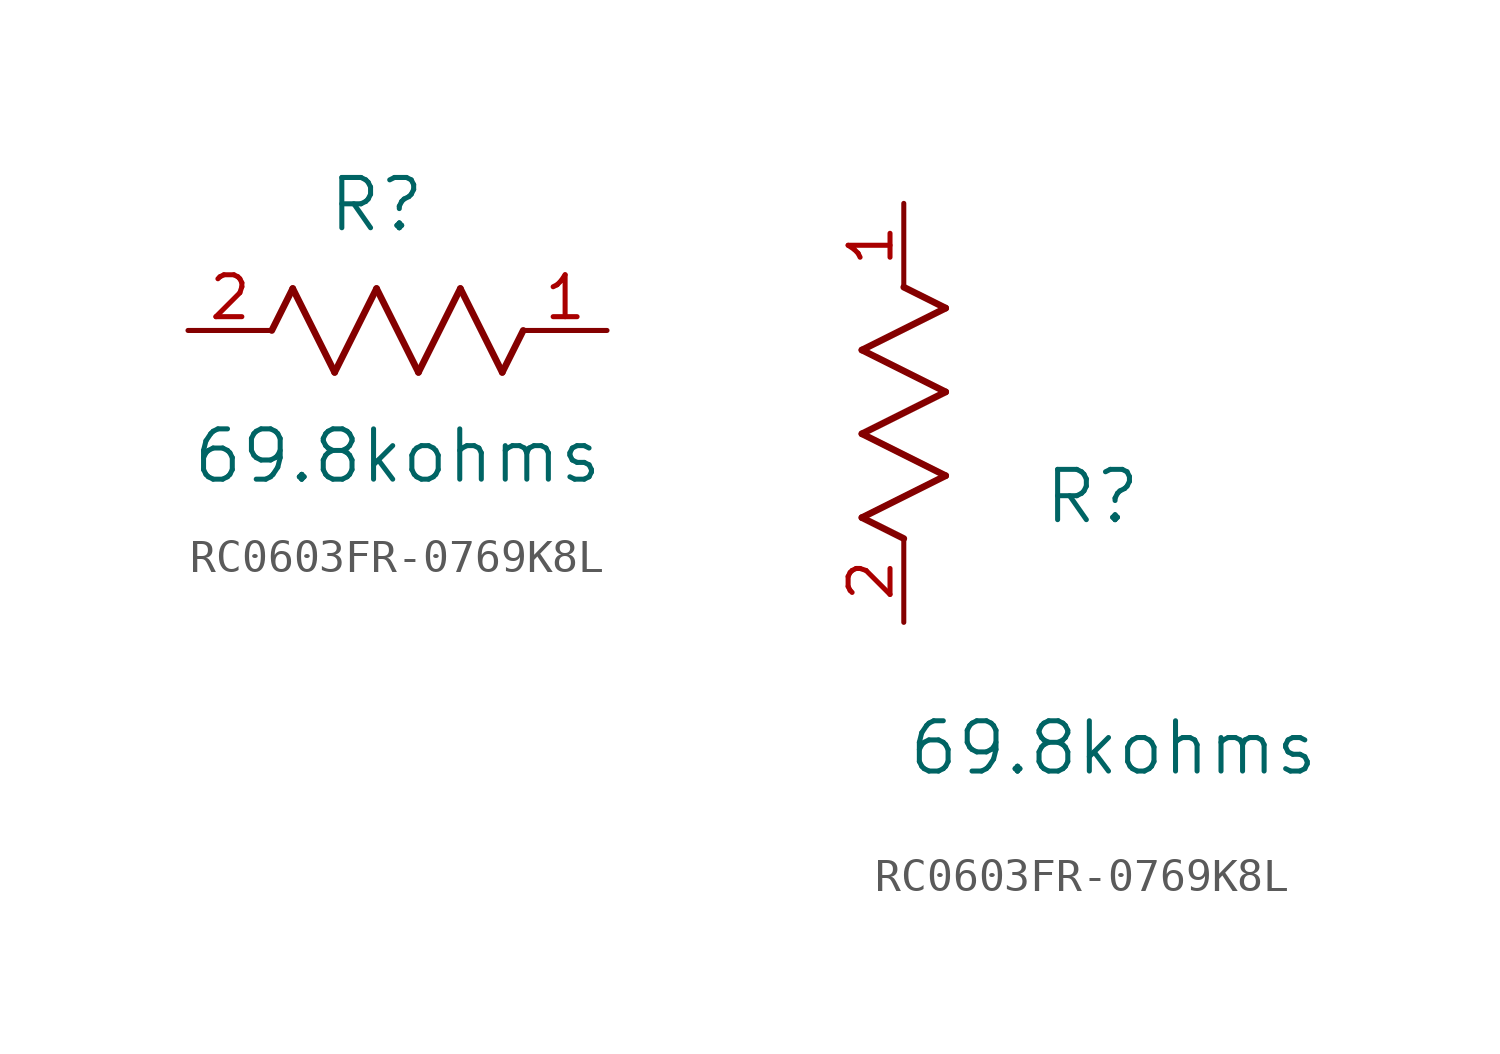
<source format=kicad_sym>
(kicad_symbol_lib
  (version 20220914)
  (generator kicad_symbol_editor)
  (symbol "RC0603FR-0769K8L"
    (pin_names
      (offset 0.254))
    (property "Reference" "R"
      (at 5.715 3.81 0)
      (effects (font (size 1.524 1.524))))
    (property "Value" "69.8kohms"
      (at 6.35 -3.81 0)
      (effects (font (size 1.524 1.524))))
    (symbol "RC0603FR-0769K8L_1_1"
      (polyline (pts (xy 2.54 0) (xy 3.175 1.27)) (stroke (width 0.203) (type default)) (fill (type none)))
      (polyline (pts (xy 3.175 1.27) (xy 4.445 -1.27)) (stroke (width 0.203) (type default)) (fill (type none)))
      (polyline (pts (xy 4.445 -1.27) (xy 5.715 1.27)) (stroke (width 0.203) (type default)) (fill (type none)))
      (polyline (pts (xy 5.715 1.27) (xy 6.985 -1.27)) (stroke (width 0.203) (type default)) (fill (type none)))
      (polyline (pts (xy 6.985 -1.27) (xy 8.255 1.27)) (stroke (width 0.203) (type default)) (fill (type none)))
      (polyline (pts (xy 8.255 1.27) (xy 9.525 -1.27)) (stroke (width 0.203) (type default)) (fill (type none)))
      (polyline (pts (xy 9.525 -1.27) (xy 10.16 0)) (stroke (width 0.203) (type default)) (fill (type none)))
      (pin unspecified line (at 12.7 0 180) (length 2.54) (name "" (effects (font (size 1.27 1.27)))) (number "1" (effects (font (size 1.27 1.27)))))
      (pin unspecified line (at 0 0 0) (length 2.54) (name "" (effects (font (size 1.27 1.27)))) (number "2" (effects (font (size 1.27 1.27))))))
    (symbol "RC0603FR-0769K8L_1_2"
      (polyline (pts (xy -1.27 3.175) (xy 1.27 4.445)) (stroke (width 0.203) (type default)) (fill (type none)))
      (polyline (pts (xy -1.27 5.715) (xy 1.27 6.985)) (stroke (width 0.203) (type default)) (fill (type none)))
      (polyline (pts (xy -1.27 8.255) (xy 1.27 9.525)) (stroke (width 0.203) (type default)) (fill (type none)))
      (polyline (pts (xy 0 2.54) (xy -1.27 3.175)) (stroke (width 0.203) (type default)) (fill (type none)))
      (polyline (pts (xy 1.27 4.445) (xy -1.27 5.715)) (stroke (width 0.203) (type default)) (fill (type none)))
      (polyline (pts (xy 1.27 6.985) (xy -1.27 8.255)) (stroke (width 0.203) (type default)) (fill (type none)))
      (polyline (pts (xy 1.27 9.525) (xy 0 10.16)) (stroke (width 0.203) (type default)) (fill (type none)))
      (pin unspecified line (at 0 12.7 270) (length 2.54) (name "" (effects (font (size 1.27 1.27)))) (number "1" (effects (font (size 1.27 1.27)))))
      (pin unspecified line (at 0 0 90) (length 2.54) (name "" (effects (font (size 1.27 1.27)))) (number "2" (effects (font (size 1.27 1.27))))))))
</source>
